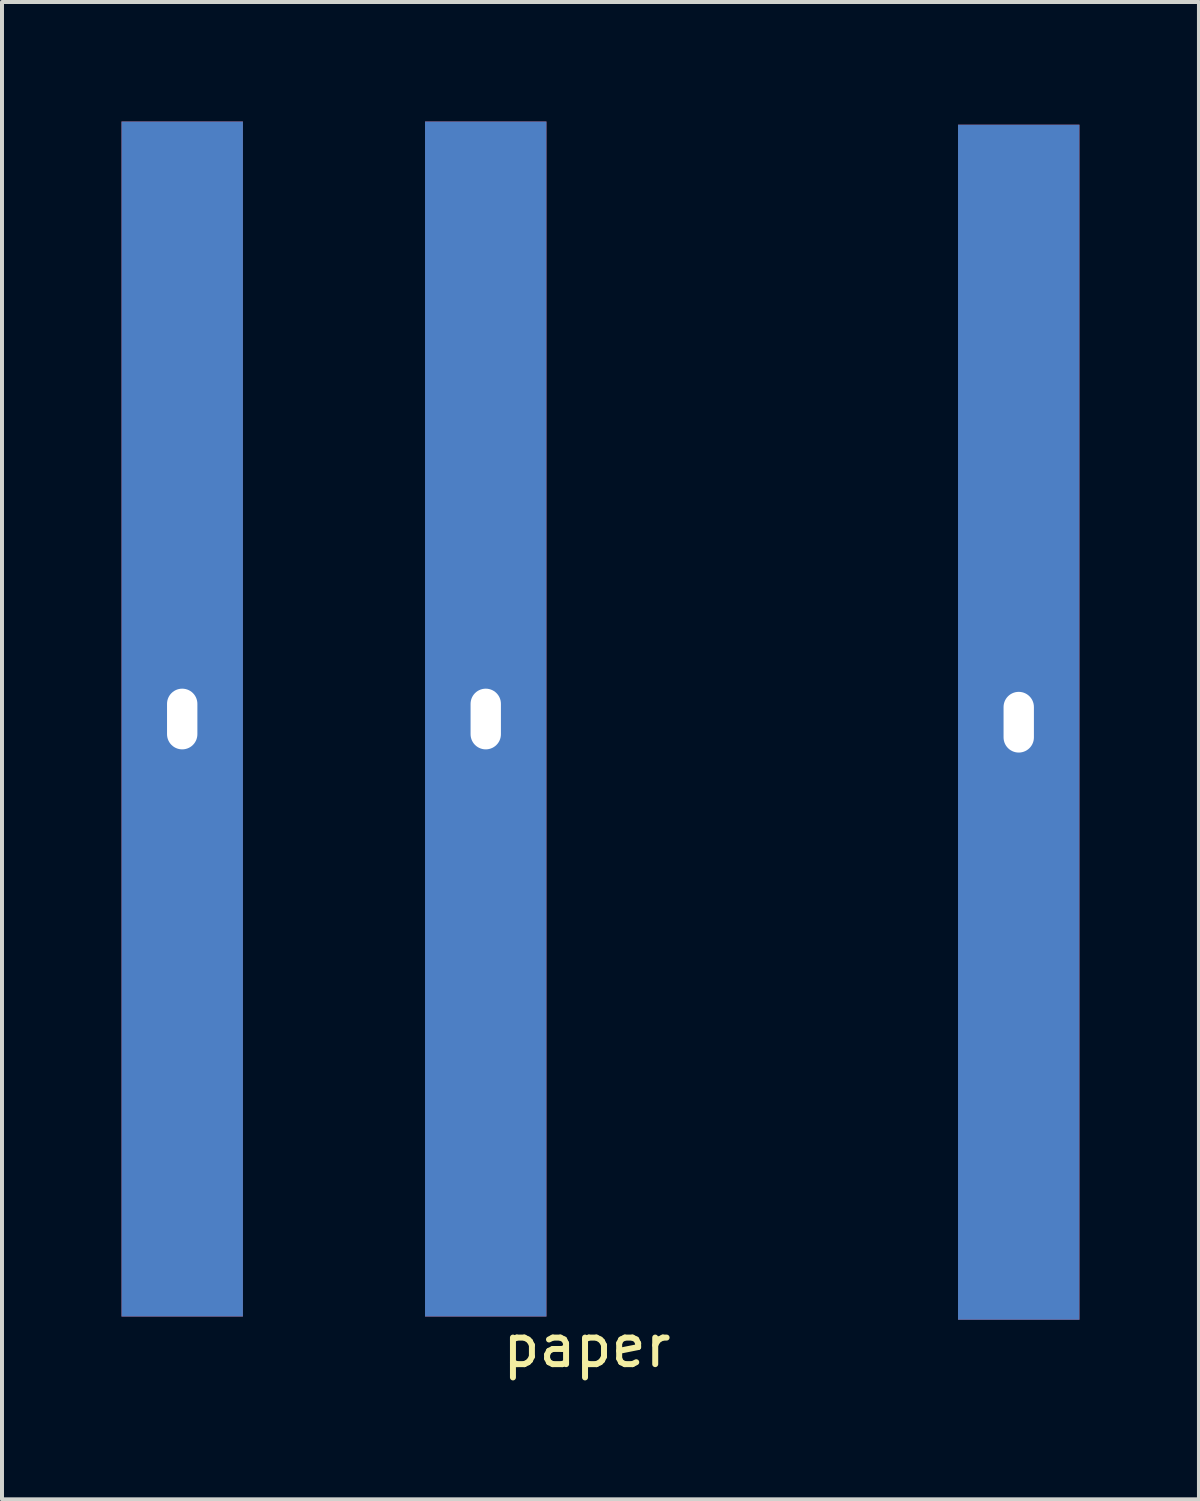
<source format=kicad_pcb>
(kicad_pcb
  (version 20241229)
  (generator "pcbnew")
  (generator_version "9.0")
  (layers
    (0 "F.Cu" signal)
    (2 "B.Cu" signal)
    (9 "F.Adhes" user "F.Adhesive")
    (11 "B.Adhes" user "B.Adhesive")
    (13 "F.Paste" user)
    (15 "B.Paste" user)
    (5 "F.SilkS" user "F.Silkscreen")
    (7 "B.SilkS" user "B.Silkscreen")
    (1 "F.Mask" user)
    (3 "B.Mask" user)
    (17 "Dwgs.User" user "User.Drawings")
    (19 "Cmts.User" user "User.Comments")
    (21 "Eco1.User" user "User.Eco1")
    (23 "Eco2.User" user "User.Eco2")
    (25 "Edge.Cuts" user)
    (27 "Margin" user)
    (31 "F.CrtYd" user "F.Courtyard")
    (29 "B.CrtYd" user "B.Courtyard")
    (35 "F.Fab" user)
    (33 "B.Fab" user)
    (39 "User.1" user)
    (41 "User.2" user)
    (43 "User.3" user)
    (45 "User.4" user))
  (footprint "paper"
    (layer "F.Cu")
    (at 11.684 30.24)
    (property "Reference" "paper" (at 0 0.5 0) (layer "F.SilkS") (effects (font (size 1 1) (thickness 0.15))))
    (attr through_hole)
    (pad "1" thru_hole rect (at -10.16 -15.24) (size 3.048 30) (drill oval 0.762 1.524) (layers "*.Cu" "*.Mask"))
    (pad "2" thru_hole rect (at -2.54 -15.24) (size 3.048 30) (drill oval 0.762 1.524) (layers "*.Cu" "*.Mask"))
    (pad "3" thru_hole rect (at 10.84 -15.16) (size 3.048 30) (drill oval 0.762 1.524) (layers "*.Cu" "*.Mask")))
  (gr_rect
    (start -3 -3)
    (end 27.048 34.588)
    (stroke (width 0.1) (type default))
    (fill no)
    (layer "Edge.Cuts")))
</source>
